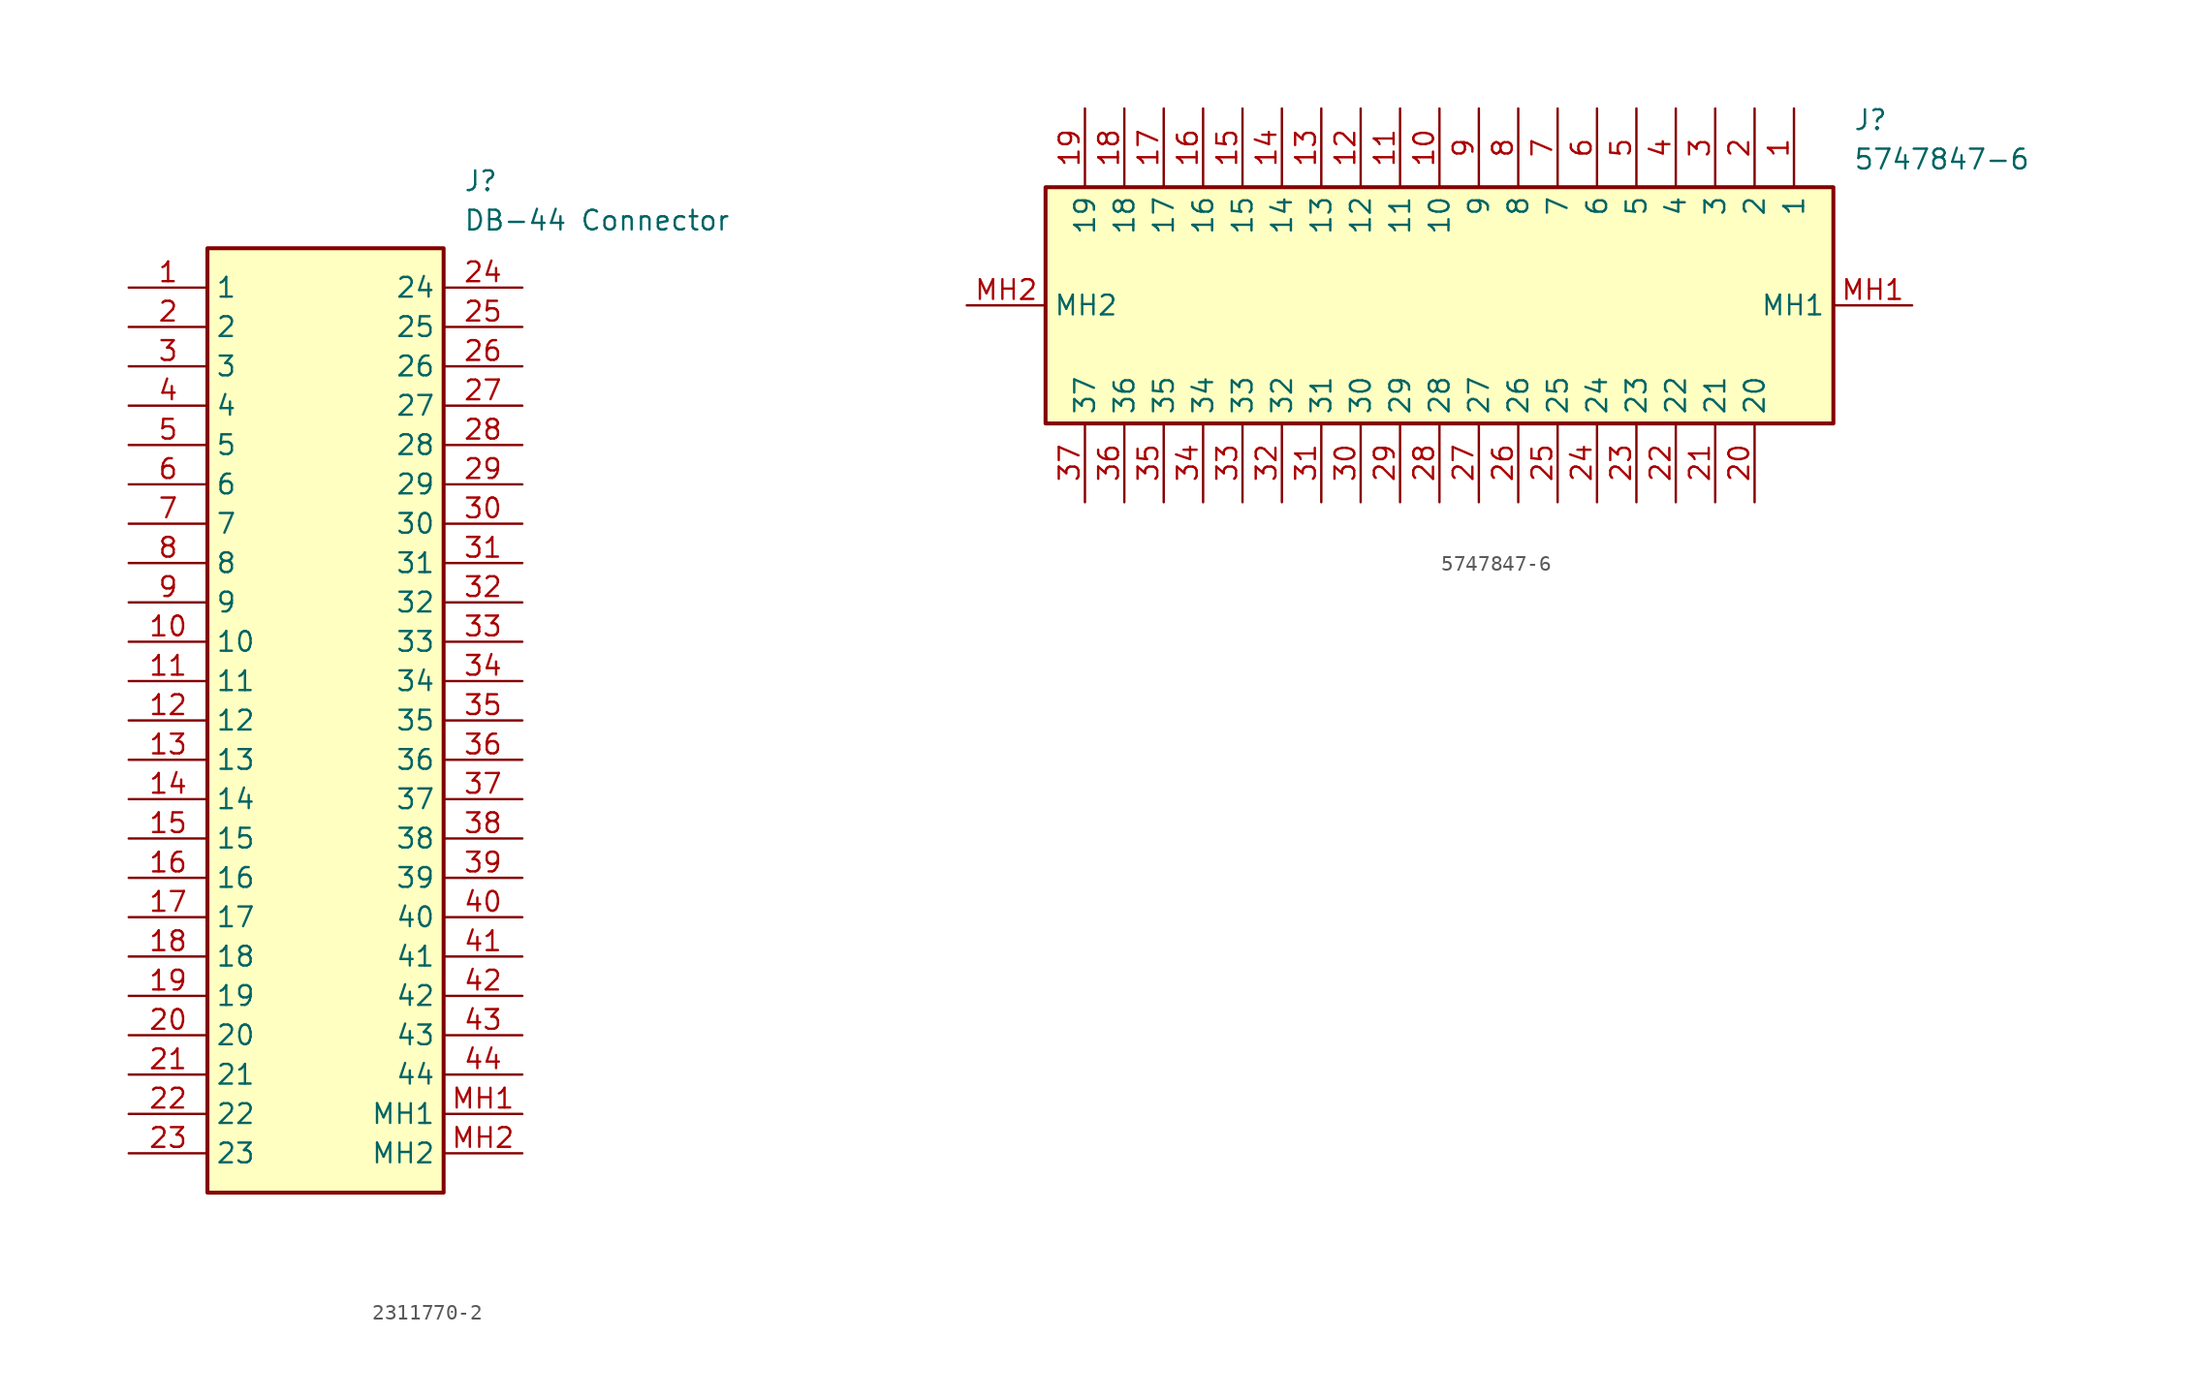
<source format=kicad_sym>
(kicad_symbol_lib
  (version 20220914)
  (generator kicad_symbol_editor)
  (symbol "2311770-2"
    (property "Reference" "J"
      (at 21.59 7.62 0)
      (effects (font (size 1.27 1.27)) (justify left top)))
    (property "Value" "DB-44 Connector"
      (at 21.59 5.08 0)
      (effects (font (size 1.27 1.27)) (justify left top)))
    (symbol "2311770-2_1_1"
      (rectangle (start 5.08 2.54) (end 20.32 -58.42) (stroke (width 0.254) (type default)) (fill (type background)))
      (pin passive line (at 0 0 0) (length 5.08) (name "1" (effects (font (size 1.27 1.27)))) (number "1" (effects (font (size 1.27 1.27)))))
      (pin passive line (at 0 -22.86 0) (length 5.08) (name "10" (effects (font (size 1.27 1.27)))) (number "10" (effects (font (size 1.27 1.27)))))
      (pin passive line (at 0 -25.4 0) (length 5.08) (name "11" (effects (font (size 1.27 1.27)))) (number "11" (effects (font (size 1.27 1.27)))))
      (pin passive line (at 0 -27.94 0) (length 5.08) (name "12" (effects (font (size 1.27 1.27)))) (number "12" (effects (font (size 1.27 1.27)))))
      (pin passive line (at 0 -30.48 0) (length 5.08) (name "13" (effects (font (size 1.27 1.27)))) (number "13" (effects (font (size 1.27 1.27)))))
      (pin passive line (at 0 -33.02 0) (length 5.08) (name "14" (effects (font (size 1.27 1.27)))) (number "14" (effects (font (size 1.27 1.27)))))
      (pin passive line (at 0 -35.56 0) (length 5.08) (name "15" (effects (font (size 1.27 1.27)))) (number "15" (effects (font (size 1.27 1.27)))))
      (pin passive line (at 0 -38.1 0) (length 5.08) (name "16" (effects (font (size 1.27 1.27)))) (number "16" (effects (font (size 1.27 1.27)))))
      (pin passive line (at 0 -40.64 0) (length 5.08) (name "17" (effects (font (size 1.27 1.27)))) (number "17" (effects (font (size 1.27 1.27)))))
      (pin passive line (at 0 -43.18 0) (length 5.08) (name "18" (effects (font (size 1.27 1.27)))) (number "18" (effects (font (size 1.27 1.27)))))
      (pin passive line (at 0 -45.72 0) (length 5.08) (name "19" (effects (font (size 1.27 1.27)))) (number "19" (effects (font (size 1.27 1.27)))))
      (pin passive line (at 0 -2.54 0) (length 5.08) (name "2" (effects (font (size 1.27 1.27)))) (number "2" (effects (font (size 1.27 1.27)))))
      (pin passive line (at 0 -48.26 0) (length 5.08) (name "20" (effects (font (size 1.27 1.27)))) (number "20" (effects (font (size 1.27 1.27)))))
      (pin passive line (at 0 -50.8 0) (length 5.08) (name "21" (effects (font (size 1.27 1.27)))) (number "21" (effects (font (size 1.27 1.27)))))
      (pin passive line (at 0 -53.34 0) (length 5.08) (name "22" (effects (font (size 1.27 1.27)))) (number "22" (effects (font (size 1.27 1.27)))))
      (pin passive line (at 0 -55.88 0) (length 5.08) (name "23" (effects (font (size 1.27 1.27)))) (number "23" (effects (font (size 1.27 1.27)))))
      (pin passive line (at 25.4 0 180) (length 5.08) (name "24" (effects (font (size 1.27 1.27)))) (number "24" (effects (font (size 1.27 1.27)))))
      (pin passive line (at 25.4 -2.54 180) (length 5.08) (name "25" (effects (font (size 1.27 1.27)))) (number "25" (effects (font (size 1.27 1.27)))))
      (pin passive line (at 25.4 -5.08 180) (length 5.08) (name "26" (effects (font (size 1.27 1.27)))) (number "26" (effects (font (size 1.27 1.27)))))
      (pin passive line (at 25.4 -7.62 180) (length 5.08) (name "27" (effects (font (size 1.27 1.27)))) (number "27" (effects (font (size 1.27 1.27)))))
      (pin passive line (at 25.4 -10.16 180) (length 5.08) (name "28" (effects (font (size 1.27 1.27)))) (number "28" (effects (font (size 1.27 1.27)))))
      (pin passive line (at 25.4 -12.7 180) (length 5.08) (name "29" (effects (font (size 1.27 1.27)))) (number "29" (effects (font (size 1.27 1.27)))))
      (pin passive line (at 0 -5.08 0) (length 5.08) (name "3" (effects (font (size 1.27 1.27)))) (number "3" (effects (font (size 1.27 1.27)))))
      (pin passive line (at 25.4 -15.24 180) (length 5.08) (name "30" (effects (font (size 1.27 1.27)))) (number "30" (effects (font (size 1.27 1.27)))))
      (pin passive line (at 25.4 -17.78 180) (length 5.08) (name "31" (effects (font (size 1.27 1.27)))) (number "31" (effects (font (size 1.27 1.27)))))
      (pin passive line (at 25.4 -20.32 180) (length 5.08) (name "32" (effects (font (size 1.27 1.27)))) (number "32" (effects (font (size 1.27 1.27)))))
      (pin passive line (at 25.4 -22.86 180) (length 5.08) (name "33" (effects (font (size 1.27 1.27)))) (number "33" (effects (font (size 1.27 1.27)))))
      (pin passive line (at 25.4 -25.4 180) (length 5.08) (name "34" (effects (font (size 1.27 1.27)))) (number "34" (effects (font (size 1.27 1.27)))))
      (pin passive line (at 25.4 -27.94 180) (length 5.08) (name "35" (effects (font (size 1.27 1.27)))) (number "35" (effects (font (size 1.27 1.27)))))
      (pin passive line (at 25.4 -30.48 180) (length 5.08) (name "36" (effects (font (size 1.27 1.27)))) (number "36" (effects (font (size 1.27 1.27)))))
      (pin passive line (at 25.4 -33.02 180) (length 5.08) (name "37" (effects (font (size 1.27 1.27)))) (number "37" (effects (font (size 1.27 1.27)))))
      (pin passive line (at 25.4 -35.56 180) (length 5.08) (name "38" (effects (font (size 1.27 1.27)))) (number "38" (effects (font (size 1.27 1.27)))))
      (pin passive line (at 25.4 -38.1 180) (length 5.08) (name "39" (effects (font (size 1.27 1.27)))) (number "39" (effects (font (size 1.27 1.27)))))
      (pin passive line (at 0 -7.62 0) (length 5.08) (name "4" (effects (font (size 1.27 1.27)))) (number "4" (effects (font (size 1.27 1.27)))))
      (pin passive line (at 25.4 -40.64 180) (length 5.08) (name "40" (effects (font (size 1.27 1.27)))) (number "40" (effects (font (size 1.27 1.27)))))
      (pin passive line (at 25.4 -43.18 180) (length 5.08) (name "41" (effects (font (size 1.27 1.27)))) (number "41" (effects (font (size 1.27 1.27)))))
      (pin passive line (at 25.4 -45.72 180) (length 5.08) (name "42" (effects (font (size 1.27 1.27)))) (number "42" (effects (font (size 1.27 1.27)))))
      (pin passive line (at 25.4 -48.26 180) (length 5.08) (name "43" (effects (font (size 1.27 1.27)))) (number "43" (effects (font (size 1.27 1.27)))))
      (pin passive line (at 25.4 -50.8 180) (length 5.08) (name "44" (effects (font (size 1.27 1.27)))) (number "44" (effects (font (size 1.27 1.27)))))
      (pin passive line (at 0 -10.16 0) (length 5.08) (name "5" (effects (font (size 1.27 1.27)))) (number "5" (effects (font (size 1.27 1.27)))))
      (pin passive line (at 0 -12.7 0) (length 5.08) (name "6" (effects (font (size 1.27 1.27)))) (number "6" (effects (font (size 1.27 1.27)))))
      (pin passive line (at 0 -15.24 0) (length 5.08) (name "7" (effects (font (size 1.27 1.27)))) (number "7" (effects (font (size 1.27 1.27)))))
      (pin passive line (at 0 -17.78 0) (length 5.08) (name "8" (effects (font (size 1.27 1.27)))) (number "8" (effects (font (size 1.27 1.27)))))
      (pin passive line (at 0 -20.32 0) (length 5.08) (name "9" (effects (font (size 1.27 1.27)))) (number "9" (effects (font (size 1.27 1.27)))))
      (pin passive line (at 25.4 -53.34 180) (length 5.08) (name "MH1" (effects (font (size 1.27 1.27)))) (number "MH1" (effects (font (size 1.27 1.27)))))
      (pin passive line (at 25.4 -55.88 180) (length 5.08) (name "MH2" (effects (font (size 1.27 1.27)))) (number "MH2" (effects (font (size 1.27 1.27)))))))
  (symbol "5747847-6"
    (property "Reference" "J"
      (at 57.15 12.7 0)
      (effects (font (size 1.27 1.27)) (justify left top)))
    (property "Value" "5747847-6"
      (at 57.15 10.16 0)
      (effects (font (size 1.27 1.27)) (justify left top)))
    (symbol "5747847-6_1_1"
      (rectangle (start 5.08 7.62) (end 55.88 -7.62) (stroke (width 0.254) (type default)) (fill (type background)))
      (pin passive line (at 53.34 12.7 270) (length 5.08) (name "1" (effects (font (size 1.27 1.27)))) (number "1" (effects (font (size 1.27 1.27)))))
      (pin passive line (at 30.48 12.7 270) (length 5.08) (name "10" (effects (font (size 1.27 1.27)))) (number "10" (effects (font (size 1.27 1.27)))))
      (pin passive line (at 27.94 12.7 270) (length 5.08) (name "11" (effects (font (size 1.27 1.27)))) (number "11" (effects (font (size 1.27 1.27)))))
      (pin passive line (at 25.4 12.7 270) (length 5.08) (name "12" (effects (font (size 1.27 1.27)))) (number "12" (effects (font (size 1.27 1.27)))))
      (pin passive line (at 22.86 12.7 270) (length 5.08) (name "13" (effects (font (size 1.27 1.27)))) (number "13" (effects (font (size 1.27 1.27)))))
      (pin passive line (at 20.32 12.7 270) (length 5.08) (name "14" (effects (font (size 1.27 1.27)))) (number "14" (effects (font (size 1.27 1.27)))))
      (pin passive line (at 17.78 12.7 270) (length 5.08) (name "15" (effects (font (size 1.27 1.27)))) (number "15" (effects (font (size 1.27 1.27)))))
      (pin passive line (at 15.24 12.7 270) (length 5.08) (name "16" (effects (font (size 1.27 1.27)))) (number "16" (effects (font (size 1.27 1.27)))))
      (pin passive line (at 12.7 12.7 270) (length 5.08) (name "17" (effects (font (size 1.27 1.27)))) (number "17" (effects (font (size 1.27 1.27)))))
      (pin passive line (at 10.16 12.7 270) (length 5.08) (name "18" (effects (font (size 1.27 1.27)))) (number "18" (effects (font (size 1.27 1.27)))))
      (pin passive line (at 7.62 12.7 270) (length 5.08) (name "19" (effects (font (size 1.27 1.27)))) (number "19" (effects (font (size 1.27 1.27)))))
      (pin passive line (at 50.8 12.7 270) (length 5.08) (name "2" (effects (font (size 1.27 1.27)))) (number "2" (effects (font (size 1.27 1.27)))))
      (pin passive line (at 50.8 -12.7 90) (length 5.08) (name "20" (effects (font (size 1.27 1.27)))) (number "20" (effects (font (size 1.27 1.27)))))
      (pin passive line (at 48.26 -12.7 90) (length 5.08) (name "21" (effects (font (size 1.27 1.27)))) (number "21" (effects (font (size 1.27 1.27)))))
      (pin passive line (at 45.72 -12.7 90) (length 5.08) (name "22" (effects (font (size 1.27 1.27)))) (number "22" (effects (font (size 1.27 1.27)))))
      (pin passive line (at 43.18 -12.7 90) (length 5.08) (name "23" (effects (font (size 1.27 1.27)))) (number "23" (effects (font (size 1.27 1.27)))))
      (pin passive line (at 40.64 -12.7 90) (length 5.08) (name "24" (effects (font (size 1.27 1.27)))) (number "24" (effects (font (size 1.27 1.27)))))
      (pin passive line (at 38.1 -12.7 90) (length 5.08) (name "25" (effects (font (size 1.27 1.27)))) (number "25" (effects (font (size 1.27 1.27)))))
      (pin passive line (at 35.56 -12.7 90) (length 5.08) (name "26" (effects (font (size 1.27 1.27)))) (number "26" (effects (font (size 1.27 1.27)))))
      (pin passive line (at 33.02 -12.7 90) (length 5.08) (name "27" (effects (font (size 1.27 1.27)))) (number "27" (effects (font (size 1.27 1.27)))))
      (pin passive line (at 30.48 -12.7 90) (length 5.08) (name "28" (effects (font (size 1.27 1.27)))) (number "28" (effects (font (size 1.27 1.27)))))
      (pin passive line (at 27.94 -12.7 90) (length 5.08) (name "29" (effects (font (size 1.27 1.27)))) (number "29" (effects (font (size 1.27 1.27)))))
      (pin passive line (at 48.26 12.7 270) (length 5.08) (name "3" (effects (font (size 1.27 1.27)))) (number "3" (effects (font (size 1.27 1.27)))))
      (pin passive line (at 25.4 -12.7 90) (length 5.08) (name "30" (effects (font (size 1.27 1.27)))) (number "30" (effects (font (size 1.27 1.27)))))
      (pin passive line (at 22.86 -12.7 90) (length 5.08) (name "31" (effects (font (size 1.27 1.27)))) (number "31" (effects (font (size 1.27 1.27)))))
      (pin passive line (at 20.32 -12.7 90) (length 5.08) (name "32" (effects (font (size 1.27 1.27)))) (number "32" (effects (font (size 1.27 1.27)))))
      (pin passive line (at 17.78 -12.7 90) (length 5.08) (name "33" (effects (font (size 1.27 1.27)))) (number "33" (effects (font (size 1.27 1.27)))))
      (pin passive line (at 15.24 -12.7 90) (length 5.08) (name "34" (effects (font (size 1.27 1.27)))) (number "34" (effects (font (size 1.27 1.27)))))
      (pin passive line (at 12.7 -12.7 90) (length 5.08) (name "35" (effects (font (size 1.27 1.27)))) (number "35" (effects (font (size 1.27 1.27)))))
      (pin passive line (at 10.16 -12.7 90) (length 5.08) (name "36" (effects (font (size 1.27 1.27)))) (number "36" (effects (font (size 1.27 1.27)))))
      (pin passive line (at 7.62 -12.7 90) (length 5.08) (name "37" (effects (font (size 1.27 1.27)))) (number "37" (effects (font (size 1.27 1.27)))))
      (pin passive line (at 45.72 12.7 270) (length 5.08) (name "4" (effects (font (size 1.27 1.27)))) (number "4" (effects (font (size 1.27 1.27)))))
      (pin passive line (at 43.18 12.7 270) (length 5.08) (name "5" (effects (font (size 1.27 1.27)))) (number "5" (effects (font (size 1.27 1.27)))))
      (pin passive line (at 40.64 12.7 270) (length 5.08) (name "6" (effects (font (size 1.27 1.27)))) (number "6" (effects (font (size 1.27 1.27)))))
      (pin passive line (at 38.1 12.7 270) (length 5.08) (name "7" (effects (font (size 1.27 1.27)))) (number "7" (effects (font (size 1.27 1.27)))))
      (pin passive line (at 35.56 12.7 270) (length 5.08) (name "8" (effects (font (size 1.27 1.27)))) (number "8" (effects (font (size 1.27 1.27)))))
      (pin passive line (at 33.02 12.7 270) (length 5.08) (name "9" (effects (font (size 1.27 1.27)))) (number "9" (effects (font (size 1.27 1.27)))))
      (pin passive line (at 60.96 0 180) (length 5.08) (name "MH1" (effects (font (size 1.27 1.27)))) (number "MH1" (effects (font (size 1.27 1.27)))))
      (pin passive line (at 0 0 0) (length 5.08) (name "MH2" (effects (font (size 1.27 1.27)))) (number "MH2" (effects (font (size 1.27 1.27))))))))
</source>
